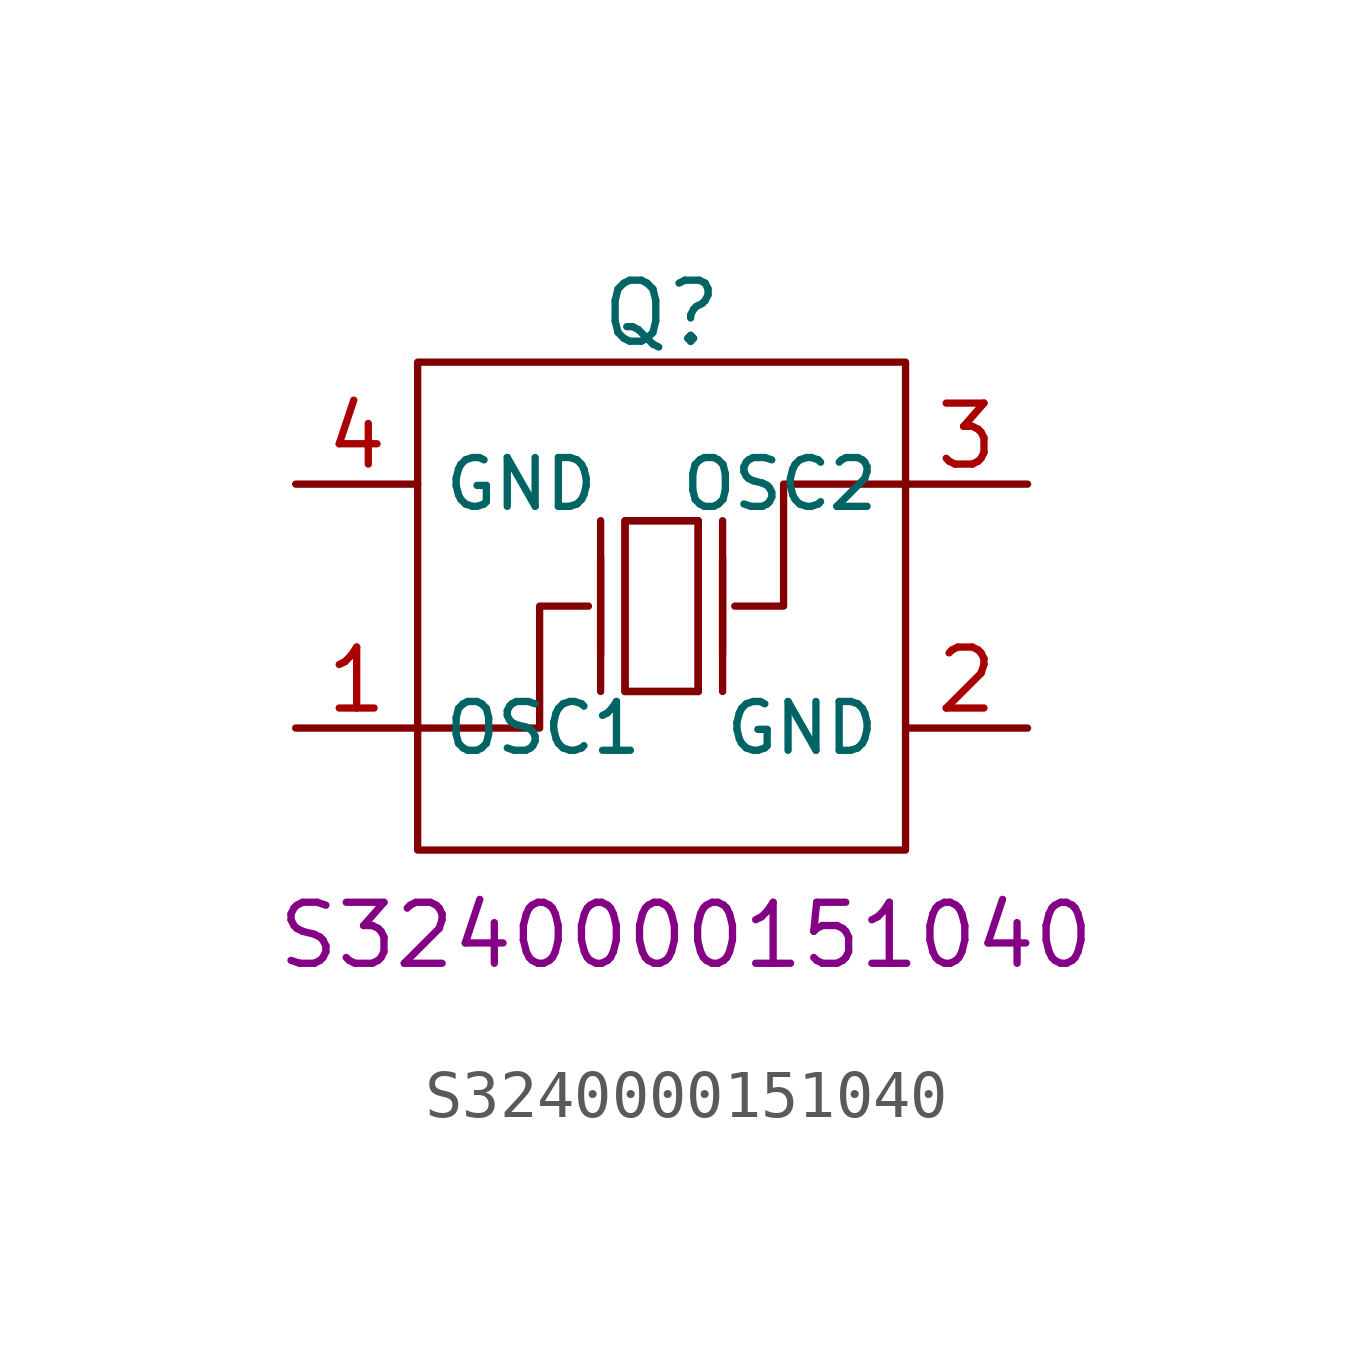
<source format=kicad_sym>
(kicad_symbol_lib
  (version 20241209)
  (generator "kicad_symbol_editor")
  (generator_version "9.0")
  (symbol "S3240000151040"
    (property "Reference" "Q"
      (at 0 6.096 0)
      (effects (font (size 1.27 1.27))))
    (property "Footpirnt Name" "S3240000151040"
      (at 0.508 -6.858 0)
      (effects (font (size 1.27 1.27))))
    (symbol "S3240000151040_1_0"
      (rectangle (start -5.08 5.08) (end 5.08 -5.08) (stroke (width 0) (type default)) (fill (type none)))
      (polyline (pts (xy -5.08 -2.54) (xy -2.54 -2.54) (xy -2.54 -2.54) (xy -2.54 0) (xy -2.54 0) (xy -1.524 0)) (stroke (width 0) (type default)) (fill (type none)))
      (polyline (pts (xy -1.27 -1.016) (xy -1.27 1.016)) (stroke (width 0) (type default)) (fill (type none)))
      (polyline (pts (xy -1.27 -1.778) (xy -1.27 1.778)) (stroke (width 0) (type default)) (fill (type none)))
      (polyline (pts (xy -0.762 -1.778) (xy -0.762 1.778) (xy -0.762 1.778) (xy 0.762 1.778) (xy 0.762 1.778) (xy 0.762 -1.778)) (stroke (width 0) (type default)) (fill (type none)))
      (polyline (pts (xy 0.762 1.778) (xy 0.762 -1.778) (xy 0.762 -1.778) (xy -0.762 -1.778) (xy -0.762 -1.778) (xy -0.762 1.778) (xy -0.762 1.778) (xy 0.762 1.778)) (stroke (width 0) (type default)) (fill (type none)))
      (polyline (pts (xy 0.762 -1.778) (xy -0.762 -1.778)) (stroke (width 0) (type default)) (fill (type none)))
      (polyline (pts (xy 1.27 -1.016) (xy 1.27 1.016)) (stroke (width 0) (type default)) (fill (type none)))
      (polyline (pts (xy 1.27 -1.778) (xy 1.27 1.778)) (stroke (width 0) (type default)) (fill (type none)))
      (polyline (pts (xy 5.08 2.54) (xy 2.54 2.54) (xy 2.54 2.54) (xy 2.54 0) (xy 2.54 0) (xy 1.524 0)) (stroke (width 0) (type default)) (fill (type none)))
      (pin unspecified line (at -7.62 2.54 0) (length 2.54) (name "GND" (effects (font (size 1.016 1.016)))) (number "4" (effects (font (size 1.27 1.27)))))
      (pin input line (at -7.62 -2.54 0) (length 2.54) (name "OSC1" (effects (font (size 1.016 1.016)))) (number "1" (effects (font (size 1.27 1.27)))))
      (pin output line (at 7.62 2.54 180) (length 2.54) (name "OSC2" (effects (font (size 1.016 1.016)))) (number "3" (effects (font (size 1.27 1.27)))))
      (pin unspecified line (at 7.62 -2.54 180) (length 2.54) (name "GND" (effects (font (size 1.016 1.016)))) (number "2" (effects (font (size 1.27 1.27))))))))
</source>
